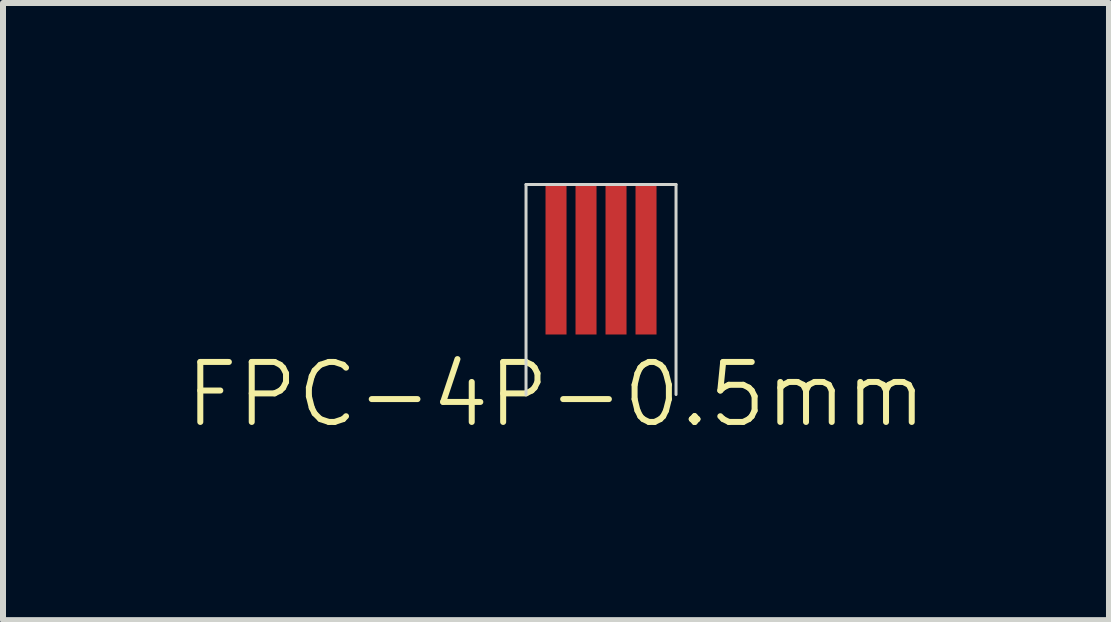
<source format=kicad_pcb>
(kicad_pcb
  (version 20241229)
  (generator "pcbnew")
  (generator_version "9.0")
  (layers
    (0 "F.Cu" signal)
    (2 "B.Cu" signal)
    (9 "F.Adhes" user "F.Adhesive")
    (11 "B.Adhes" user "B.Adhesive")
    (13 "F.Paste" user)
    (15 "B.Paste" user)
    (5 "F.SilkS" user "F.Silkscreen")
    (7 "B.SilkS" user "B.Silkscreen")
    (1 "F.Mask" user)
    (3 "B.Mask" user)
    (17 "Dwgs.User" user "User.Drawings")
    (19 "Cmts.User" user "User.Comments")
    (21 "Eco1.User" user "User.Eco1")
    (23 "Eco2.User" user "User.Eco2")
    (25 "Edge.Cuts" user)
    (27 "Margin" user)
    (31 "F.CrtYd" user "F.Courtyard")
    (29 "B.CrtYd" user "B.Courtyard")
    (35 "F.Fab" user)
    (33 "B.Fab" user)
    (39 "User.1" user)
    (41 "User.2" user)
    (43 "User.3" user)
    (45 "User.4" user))
  (footprint "FPC-4P-0.5mm"
    (layer "F.Cu")
    (at 6.217 1.275)
    (property "Reference" "FPC-4P-0.5mm" (at 0 2.25 0) (unlocked yes) (layer "F.SilkS") (effects (font (size 1 1) (thickness 0.1))))
    (attr smd)
    (fp_line (start -0.5 -1.25) (end 2 -1.25) (stroke (width 0.05) (type default)) (layer "Edge.Cuts"))
    (fp_line (start -0.5 2.25) (end -0.5 -1.25) (stroke (width 0.05) (type default)) (layer "Edge.Cuts"))
    (fp_line (start 2 2.25) (end 2 -1.25) (stroke (width 0.05) (type default)) (layer "Edge.Cuts"))
    (fp_line (start -0.5 -1.25) (end 2 -1.25) (stroke (width 0.05) (type default)) (layer "User.1"))
    (fp_line (start -0.5 2.25) (end -0.5 -1.25) (stroke (width 0.05) (type default)) (layer "User.1"))
    (fp_line (start -0.5 2.25) (end 2 2.25) (stroke (width 0.05) (type default)) (layer "User.1"))
    (fp_line (start 2 2.25) (end 2 -1.25) (stroke (width 0.05) (type default)) (layer "User.1"))
    (pad "1" smd rect (at 0 0 90) (size 2.5 0.35) (layers "F.Cu" "F.Mask" "F.Paste"))
    (pad "2" smd rect (at 0.5 0 90) (size 2.5 0.35) (layers "F.Cu" "F.Mask" "F.Paste"))
    (pad "3" smd rect (at 1 0 90) (size 2.5 0.35) (layers "F.Cu" "F.Mask" "F.Paste"))
    (pad "4" smd rect (at 1.5 0 90) (size 2.5 0.35) (layers "F.Cu" "F.Mask" "F.Paste")))
  (gr_rect
    (start -3 -3)
    (end 15.433 7.285)
    (stroke (width 0.1) (type default))
    (fill no)
    (layer "Edge.Cuts")))
</source>
